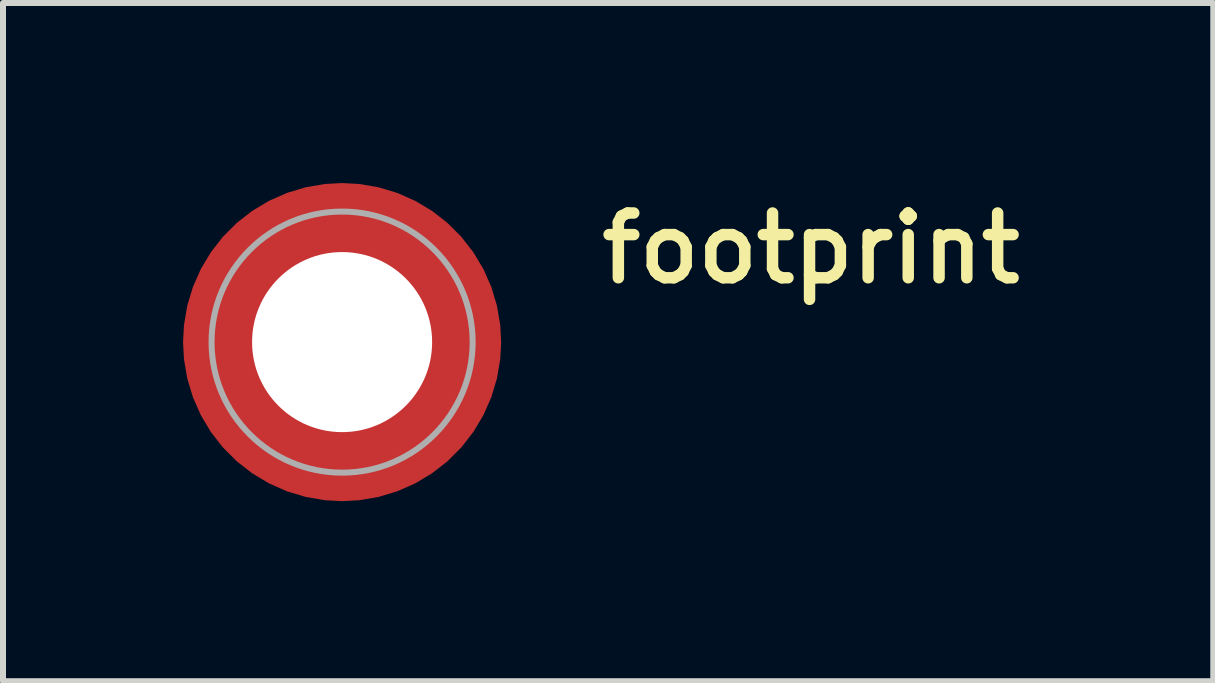
<source format=kicad_pcb>
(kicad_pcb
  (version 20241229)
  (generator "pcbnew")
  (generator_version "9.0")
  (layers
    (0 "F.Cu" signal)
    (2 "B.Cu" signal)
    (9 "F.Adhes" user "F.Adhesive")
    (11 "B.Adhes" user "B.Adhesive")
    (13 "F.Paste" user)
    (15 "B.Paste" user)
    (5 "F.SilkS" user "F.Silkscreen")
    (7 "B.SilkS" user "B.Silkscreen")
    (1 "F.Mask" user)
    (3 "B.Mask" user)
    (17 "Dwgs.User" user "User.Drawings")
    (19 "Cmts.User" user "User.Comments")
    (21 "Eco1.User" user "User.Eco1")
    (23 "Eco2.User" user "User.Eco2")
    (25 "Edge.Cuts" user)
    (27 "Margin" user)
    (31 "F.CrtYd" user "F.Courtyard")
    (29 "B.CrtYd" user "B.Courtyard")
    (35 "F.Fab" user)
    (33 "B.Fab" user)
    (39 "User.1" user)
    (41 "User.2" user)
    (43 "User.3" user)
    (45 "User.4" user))
  (footprint "footprint"
    (layer "F.Cu")
    (at 2.65 2.65)
    (property "Reference" "footprint" (at 4.22 -0.93 0) (layer "F.SilkS") (effects (font (size 1.079 1.079) (thickness 0.191)) (justify left bottom)))
    (fp_poly (pts (xy -1.505 0.354) (xy -1.485 0.429) (xy -1.455 0.523) (xy -1.415 0.623) (xy -1.351 0.753) (xy -1.306 0.827) (xy -1.251 0.907) (xy -1.201 0.972) (xy -1.141 1.042) (xy -1.022 1.161) (xy -0.967 1.206) (xy -0.887 1.266) (xy -0.812 1.316) (xy -0.743 1.356) (xy -0.643 1.405) (xy -0.573 1.435) (xy -0.508 1.46) (xy -0.429 1.485) (xy -0.354 1.505) (xy -0.295 1.516) (xy -0.295 2.545) (xy -0.361 2.54) (xy -0.426 2.53) (xy -0.511 2.515) (xy -0.601 2.495) (xy -0.751 2.455) (xy -0.827 2.43) (xy -0.897 2.405) (xy -0.972 2.375) (xy -1.042 2.345) (xy -1.117 2.31) (xy -1.167 2.284) (xy -1.252 2.239) (xy -1.323 2.199) (xy -1.393 2.154) (xy -1.468 2.104) (xy -1.563 2.034) (xy -1.658 1.959) (xy -1.718 1.904) (xy -1.788 1.839) (xy -1.849 1.778) (xy -1.909 1.713) (xy -1.959 1.658) (xy -2.014 1.588) (xy -2.064 1.523) (xy -2.114 1.453) (xy -2.164 1.378) (xy -2.204 1.313) (xy -2.249 1.232) (xy -2.289 1.157) (xy -2.33 1.077) (xy -2.365 0.997) (xy -2.395 0.922) (xy -2.42 0.857) (xy -2.45 0.761) (xy -2.48 0.661) (xy -2.505 0.561) (xy -2.52 0.486) (xy -2.53 0.426) (xy -2.54 0.361) (xy -2.545 0.295) (xy -1.516 0.295)) (stroke (width 0) (type solid)) (fill yes) (layer "F.Paste"))
    (fp_poly (pts (xy -0.295 -1.516) (xy -0.354 -1.505) (xy -0.429 -1.485) (xy -0.523 -1.455) (xy -0.623 -1.415) (xy -0.753 -1.351) (xy -0.827 -1.306) (xy -0.907 -1.251) (xy -0.972 -1.201) (xy -1.042 -1.141) (xy -1.161 -1.022) (xy -1.206 -0.967) (xy -1.266 -0.887) (xy -1.316 -0.812) (xy -1.356 -0.743) (xy -1.405 -0.643) (xy -1.435 -0.573) (xy -1.46 -0.508) (xy -1.485 -0.429) (xy -1.505 -0.354) (xy -1.516 -0.295) (xy -2.545 -0.295) (xy -2.54 -0.361) (xy -2.53 -0.426) (xy -2.515 -0.511) (xy -2.495 -0.601) (xy -2.455 -0.751) (xy -2.43 -0.827) (xy -2.405 -0.897) (xy -2.375 -0.972) (xy -2.345 -1.042) (xy -2.31 -1.117) (xy -2.284 -1.167) (xy -2.239 -1.252) (xy -2.199 -1.323) (xy -2.154 -1.393) (xy -2.104 -1.468) (xy -2.034 -1.563) (xy -1.959 -1.658) (xy -1.904 -1.718) (xy -1.839 -1.788) (xy -1.778 -1.849) (xy -1.713 -1.909) (xy -1.658 -1.959) (xy -1.588 -2.014) (xy -1.523 -2.064) (xy -1.453 -2.114) (xy -1.378 -2.164) (xy -1.313 -2.204) (xy -1.232 -2.249) (xy -1.157 -2.289) (xy -1.077 -2.33) (xy -0.997 -2.365) (xy -0.922 -2.395) (xy -0.857 -2.42) (xy -0.761 -2.45) (xy -0.661 -2.48) (xy -0.561 -2.505) (xy -0.486 -2.52) (xy -0.426 -2.53) (xy -0.361 -2.54) (xy -0.295 -2.545)) (stroke (width 0) (type solid)) (fill yes) (layer "F.Paste"))
    (fp_poly (pts (xy 0.361 -2.54) (xy 0.426 -2.53) (xy 0.511 -2.515) (xy 0.601 -2.495) (xy 0.751 -2.455) (xy 0.827 -2.43) (xy 0.897 -2.405) (xy 0.972 -2.375) (xy 1.042 -2.345) (xy 1.117 -2.31) (xy 1.167 -2.284) (xy 1.252 -2.239) (xy 1.323 -2.199) (xy 1.393 -2.154) (xy 1.468 -2.104) (xy 1.563 -2.034) (xy 1.658 -1.959) (xy 1.718 -1.904) (xy 1.788 -1.839) (xy 1.849 -1.778) (xy 1.909 -1.713) (xy 1.959 -1.658) (xy 2.014 -1.588) (xy 2.064 -1.523) (xy 2.114 -1.453) (xy 2.164 -1.378) (xy 2.204 -1.313) (xy 2.249 -1.232) (xy 2.289 -1.157) (xy 2.33 -1.077) (xy 2.365 -0.997) (xy 2.395 -0.922) (xy 2.42 -0.857) (xy 2.45 -0.761) (xy 2.48 -0.661) (xy 2.505 -0.561) (xy 2.52 -0.486) (xy 2.53 -0.426) (xy 2.54 -0.361) (xy 2.545 -0.295) (xy 1.516 -0.295) (xy 1.505 -0.354) (xy 1.485 -0.429) (xy 1.455 -0.523) (xy 1.415 -0.623) (xy 1.351 -0.753) (xy 1.306 -0.827) (xy 1.251 -0.907) (xy 1.201 -0.972) (xy 1.141 -1.042) (xy 1.022 -1.161) (xy 0.967 -1.206) (xy 0.887 -1.266) (xy 0.812 -1.316) (xy 0.743 -1.356) (xy 0.643 -1.405) (xy 0.573 -1.435) (xy 0.508 -1.46) (xy 0.429 -1.485) (xy 0.354 -1.505) (xy 0.295 -1.516) (xy 0.295 -2.545)) (stroke (width 0) (type solid)) (fill yes) (layer "F.Paste"))
    (fp_poly (pts (xy 2.54 0.361) (xy 2.53 0.426) (xy 2.515 0.511) (xy 2.495 0.601) (xy 2.455 0.751) (xy 2.43 0.827) (xy 2.405 0.897) (xy 2.375 0.972) (xy 2.345 1.042) (xy 2.31 1.117) (xy 2.284 1.167) (xy 2.239 1.252) (xy 2.199 1.323) (xy 2.154 1.393) (xy 2.104 1.468) (xy 2.034 1.563) (xy 1.959 1.658) (xy 1.904 1.718) (xy 1.839 1.788) (xy 1.778 1.849) (xy 1.713 1.909) (xy 1.658 1.959) (xy 1.588 2.014) (xy 1.523 2.064) (xy 1.453 2.114) (xy 1.378 2.164) (xy 1.313 2.204) (xy 1.232 2.249) (xy 1.157 2.289) (xy 1.077 2.33) (xy 0.997 2.365) (xy 0.922 2.395) (xy 0.857 2.42) (xy 0.761 2.45) (xy 0.661 2.48) (xy 0.561 2.505) (xy 0.486 2.52) (xy 0.426 2.53) (xy 0.361 2.54) (xy 0.295 2.545) (xy 0.295 1.516) (xy 0.354 1.505) (xy 0.429 1.485) (xy 0.523 1.455) (xy 0.623 1.415) (xy 0.753 1.351) (xy 0.827 1.306) (xy 0.907 1.251) (xy 0.972 1.201) (xy 1.042 1.141) (xy 1.161 1.022) (xy 1.206 0.967) (xy 1.266 0.887) (xy 1.316 0.812) (xy 1.356 0.743) (xy 1.405 0.643) (xy 1.435 0.573) (xy 1.46 0.508) (xy 1.485 0.429) (xy 1.505 0.354) (xy 1.516 0.295) (xy 2.545 0.295)) (stroke (width 0) (type solid)) (fill yes) (layer "F.Paste"))
    (fp_circle (center 0 0) (end 2.175 0) (stroke (width 0.1) (type solid)) (fill no) (layer "F.Fab"))
    (pad "" np_thru_hole circle (at 0 0) (size 3 3) (drill 3) (layers "*.Cu" "*.Mask"))
    (pad "1" smd roundrect (at 0 0) (size 5.3 5.3) (layers "F.Cu" "F.Mask") (roundrect_rratio 0.5)))
  (gr_rect
    (start -3 -3)
    (end 17.165 8.3)
    (stroke (width 0.1) (type default))
    (fill no)
    (layer "Edge.Cuts")))
</source>
